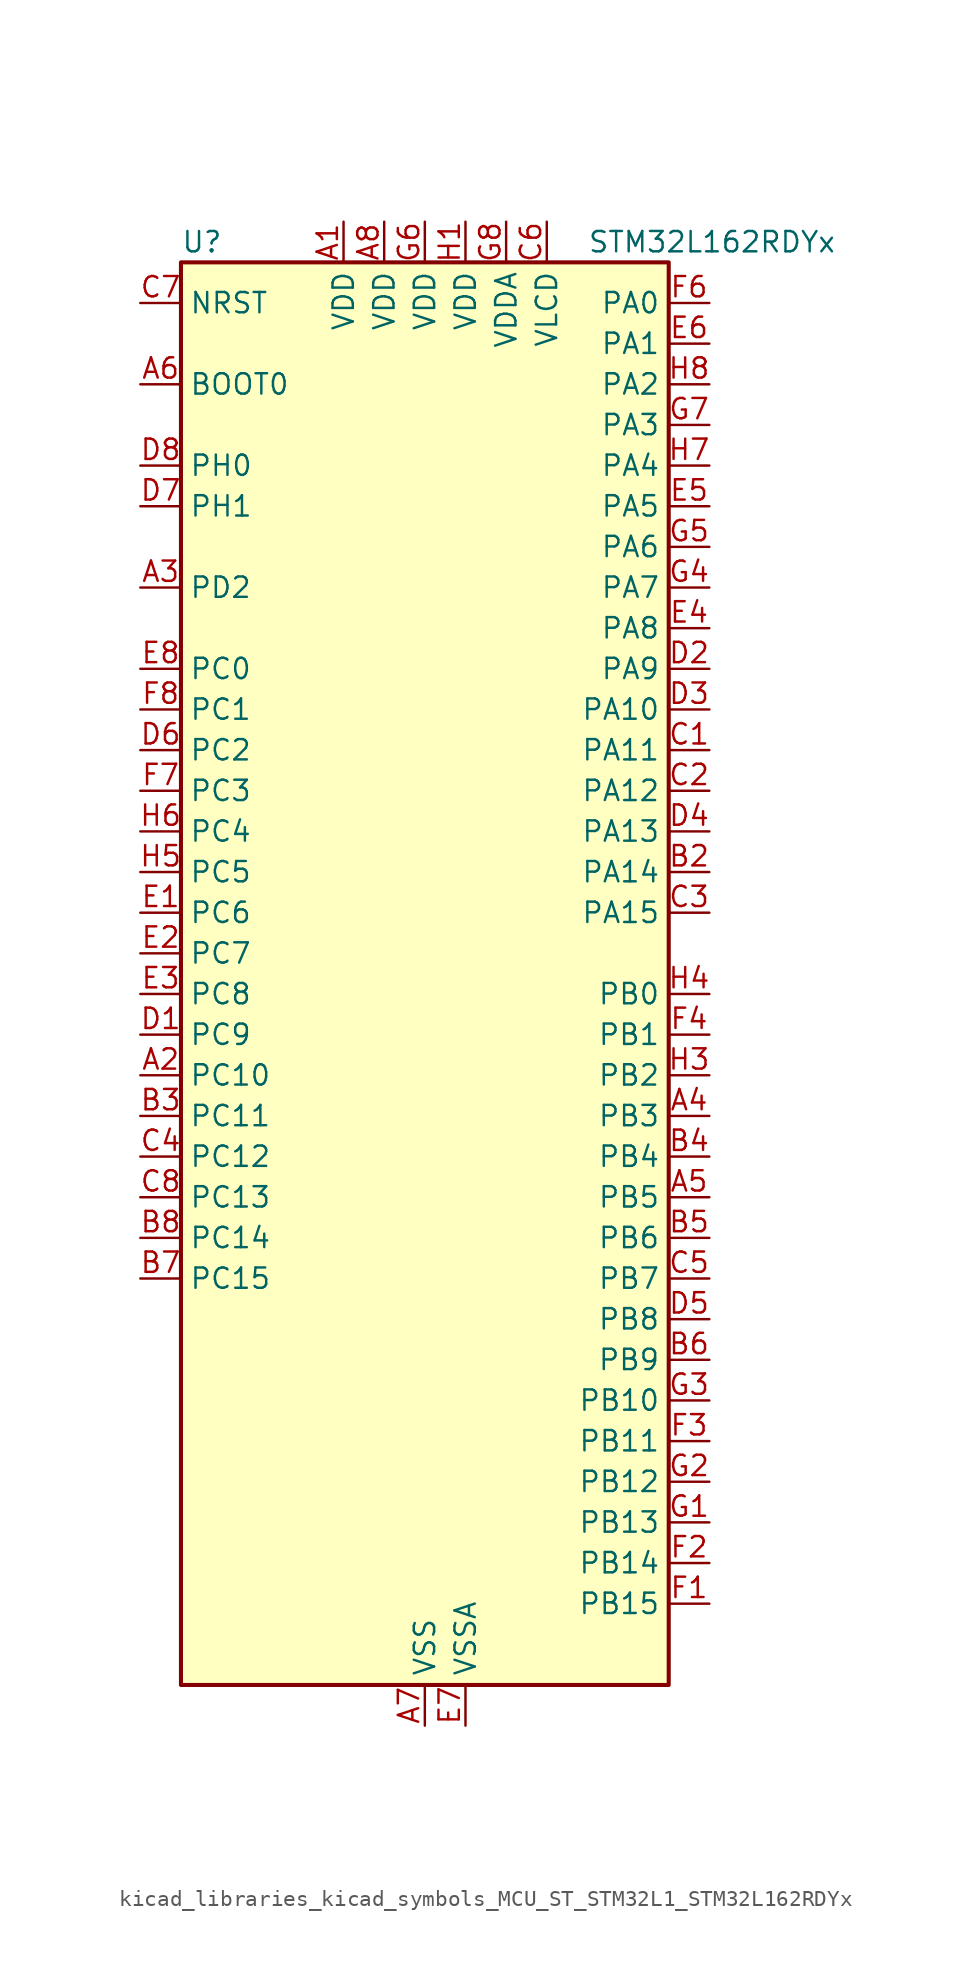
<source format=kicad_sym>
(kicad_symbol_lib
  (version 20220914)
  (generator kicad_symbol_editor)
  (symbol "kicad_libraries_kicad_symbols_MCU_ST_STM32L1_STM32L162RDYx"
    (property "Reference" "U"
      (at -15.24 46.99 0)
      (effects (font (size 1.27 1.27)) (justify left)))
    (property "Value" "STM32L162RDYx"
      (at 10.16 46.99 0)
      (effects (font (size 1.27 1.27)) (justify left)))
    (property "ki_locked" ""
      (at 0 0 0)
      (effects (font (size 1.27 1.27))))
    (symbol "kicad_libraries_kicad_symbols_MCU_ST_STM32L1_STM32L162RDYx_0_1"
      (rectangle (start -15.24 -43.18) (end 15.24 45.72) (stroke (width 0.254) (type default)) (fill (type background))))
    (symbol "kicad_libraries_kicad_symbols_MCU_ST_STM32L1_STM32L162RDYx_1_1"
      (pin power_in line (at -5.08 48.26 270) (length 2.54) (name "VDD" (effects (font (size 1.27 1.27)))) (number "A1" (effects (font (size 1.27 1.27)))))
      (pin bidirectional line (at -17.78 -5.08 0) (length 2.54) (name "PC10" (effects (font (size 1.27 1.27)))) (number "A2" (effects (font (size 1.27 1.27)))) (alternate "I2S3_CK" bidirectional line) (alternate "LCD_COM4" bidirectional line) (alternate "LCD_SEG28" bidirectional line) (alternate "LCD_SEG40" bidirectional line) (alternate "SDIO_D2" bidirectional line) (alternate "SPI3_SCK" bidirectional line) (alternate "TIMX_IC3" bidirectional line) (alternate "UART4_TX" bidirectional line) (alternate "USART3_TX" bidirectional line))
      (pin bidirectional line (at -17.78 25.4 0) (length 2.54) (name "PD2" (effects (font (size 1.27 1.27)))) (number "A3" (effects (font (size 1.27 1.27)))) (alternate "LCD_COM7" bidirectional line) (alternate "LCD_SEG31" bidirectional line) (alternate "LCD_SEG43" bidirectional line) (alternate "SDIO_CMD" bidirectional line) (alternate "TIM3_ETR" bidirectional line) (alternate "TIMX_IC3" bidirectional line) (alternate "UART5_RX" bidirectional line))
      (pin bidirectional line (at 17.78 -7.62 180) (length 2.54) (name "PB3" (effects (font (size 1.27 1.27)))) (number "A4" (effects (font (size 1.27 1.27)))) (alternate "COMP2_INM" bidirectional line) (alternate "I2S3_CK" bidirectional line) (alternate "LCD_SEG7" bidirectional line) (alternate "SPI1_SCK" bidirectional line) (alternate "SPI3_SCK" bidirectional line) (alternate "SYS_JTDO-TRACESWO" bidirectional line) (alternate "TIM2_CH2" bidirectional line))
      (pin bidirectional line (at 17.78 -12.7 180) (length 2.54) (name "PB5" (effects (font (size 1.27 1.27)))) (number "A5" (effects (font (size 1.27 1.27)))) (alternate "COMP2_INP" bidirectional line) (alternate "I2C1_SMBA" bidirectional line) (alternate "I2S3_SD" bidirectional line) (alternate "LCD_SEG9" bidirectional line) (alternate "SPI1_MOSI" bidirectional line) (alternate "SPI3_MOSI" bidirectional line) (alternate "TIM3_CH2" bidirectional line) (alternate "TS_G6_IO2" bidirectional line))
      (pin input line (at -17.78 38.1 0) (length 2.54) (name "BOOT0" (effects (font (size 1.27 1.27)))) (number "A6" (effects (font (size 1.27 1.27)))))
      (pin power_in line (at 0 -45.72 90) (length 2.54) (name "VSS" (effects (font (size 1.27 1.27)))) (number "A7" (effects (font (size 1.27 1.27)))))
      (pin power_in line (at -2.54 48.26 270) (length 2.54) (name "VDD" (effects (font (size 1.27 1.27)))) (number "A8" (effects (font (size 1.27 1.27)))))
      (pin passive line (at 0 -45.72 90) (length 2.54) hide (name "VSS" (effects (font (size 1.27 1.27)))) (number "B1" (effects (font (size 1.27 1.27)))))
      (pin bidirectional line (at 17.78 7.62 180) (length 2.54) (name "PA14" (effects (font (size 1.27 1.27)))) (number "B2" (effects (font (size 1.27 1.27)))) (alternate "SYS_JTCK-SWCLK" bidirectional line) (alternate "TIMX_IC3" bidirectional line) (alternate "TS_G5_IO2" bidirectional line))
      (pin bidirectional line (at -17.78 -7.62 0) (length 2.54) (name "PC11" (effects (font (size 1.27 1.27)))) (number "B3" (effects (font (size 1.27 1.27)))) (alternate "ADC_EXTI11" bidirectional line) (alternate "LCD_COM5" bidirectional line) (alternate "LCD_SEG29" bidirectional line) (alternate "LCD_SEG41" bidirectional line) (alternate "SDIO_D3" bidirectional line) (alternate "SPI3_MISO" bidirectional line) (alternate "TIMX_IC4" bidirectional line) (alternate "UART4_RX" bidirectional line) (alternate "USART3_RX" bidirectional line))
      (pin bidirectional line (at 17.78 -10.16 180) (length 2.54) (name "PB4" (effects (font (size 1.27 1.27)))) (number "B4" (effects (font (size 1.27 1.27)))) (alternate "COMP2_INP" bidirectional line) (alternate "LCD_SEG8" bidirectional line) (alternate "SPI1_MISO" bidirectional line) (alternate "SPI3_MISO" bidirectional line) (alternate "SYS_JTRST" bidirectional line) (alternate "TIM3_CH1" bidirectional line) (alternate "TS_G6_IO1" bidirectional line))
      (pin bidirectional line (at 17.78 -15.24 180) (length 2.54) (name "PB6" (effects (font (size 1.27 1.27)))) (number "B5" (effects (font (size 1.27 1.27)))) (alternate "COMP2_INP" bidirectional line) (alternate "I2C1_SCL" bidirectional line) (alternate "TIM4_CH1" bidirectional line) (alternate "TS_G6_IO3" bidirectional line) (alternate "USART1_TX" bidirectional line))
      (pin bidirectional line (at 17.78 -22.86 180) (length 2.54) (name "PB9" (effects (font (size 1.27 1.27)))) (number "B6" (effects (font (size 1.27 1.27)))) (alternate "DAC_EXTI9" bidirectional line) (alternate "I2C1_SDA" bidirectional line) (alternate "LCD_COM3" bidirectional line) (alternate "SDIO_D5" bidirectional line) (alternate "TIM11_CH1" bidirectional line) (alternate "TIM4_CH4" bidirectional line))
      (pin bidirectional line (at -17.78 -17.78 0) (length 2.54) (name "PC15" (effects (font (size 1.27 1.27)))) (number "B7" (effects (font (size 1.27 1.27)))) (alternate "ADC_EXTI15" bidirectional line) (alternate "RCC_OSC32_OUT" bidirectional line) (alternate "TIMX_IC4" bidirectional line))
      (pin bidirectional line (at -17.78 -15.24 0) (length 2.54) (name "PC14" (effects (font (size 1.27 1.27)))) (number "B8" (effects (font (size 1.27 1.27)))) (alternate "RCC_OSC32_IN" bidirectional line) (alternate "TIMX_IC3" bidirectional line))
      (pin bidirectional line (at 17.78 15.24 180) (length 2.54) (name "PA11" (effects (font (size 1.27 1.27)))) (number "C1" (effects (font (size 1.27 1.27)))) (alternate "ADC_EXTI11" bidirectional line) (alternate "SPI1_MISO" bidirectional line) (alternate "TIMX_IC4" bidirectional line) (alternate "USART1_CTS" bidirectional line) (alternate "USB_DM" bidirectional line))
      (pin bidirectional line (at 17.78 12.7 180) (length 2.54) (name "PA12" (effects (font (size 1.27 1.27)))) (number "C2" (effects (font (size 1.27 1.27)))) (alternate "SPI1_MOSI" bidirectional line) (alternate "TIMX_IC1" bidirectional line) (alternate "USART1_RTS" bidirectional line) (alternate "USB_DP" bidirectional line))
      (pin bidirectional line (at 17.78 5.08 180) (length 2.54) (name "PA15" (effects (font (size 1.27 1.27)))) (number "C3" (effects (font (size 1.27 1.27)))) (alternate "ADC_EXTI15" bidirectional line) (alternate "I2S3_WS" bidirectional line) (alternate "LCD_SEG17" bidirectional line) (alternate "SPI1_NSS" bidirectional line) (alternate "SPI3_NSS" bidirectional line) (alternate "SYS_JTDI" bidirectional line) (alternate "TIM2_CH1" bidirectional line) (alternate "TIM2_ETR" bidirectional line) (alternate "TIMX_IC4" bidirectional line) (alternate "TS_G5_IO3" bidirectional line))
      (pin bidirectional line (at -17.78 -10.16 0) (length 2.54) (name "PC12" (effects (font (size 1.27 1.27)))) (number "C4" (effects (font (size 1.27 1.27)))) (alternate "I2S3_SD" bidirectional line) (alternate "LCD_COM6" bidirectional line) (alternate "LCD_SEG30" bidirectional line) (alternate "LCD_SEG42" bidirectional line) (alternate "SDIO_CK" bidirectional line) (alternate "SPI3_MOSI" bidirectional line) (alternate "TIMX_IC1" bidirectional line) (alternate "UART5_TX" bidirectional line) (alternate "USART3_CK" bidirectional line))
      (pin bidirectional line (at 17.78 -17.78 180) (length 2.54) (name "PB7" (effects (font (size 1.27 1.27)))) (number "C5" (effects (font (size 1.27 1.27)))) (alternate "COMP2_INP" bidirectional line) (alternate "I2C1_SDA" bidirectional line) (alternate "SYS_PVD_IN" bidirectional line) (alternate "TIM4_CH2" bidirectional line) (alternate "TS_G6_IO4" bidirectional line) (alternate "USART1_RX" bidirectional line))
      (pin power_in line (at 7.62 48.26 270) (length 2.54) (name "VLCD" (effects (font (size 1.27 1.27)))) (number "C6" (effects (font (size 1.27 1.27)))))
      (pin input line (at -17.78 43.18 0) (length 2.54) (name "NRST" (effects (font (size 1.27 1.27)))) (number "C7" (effects (font (size 1.27 1.27)))))
      (pin bidirectional line (at -17.78 -12.7 0) (length 2.54) (name "PC13" (effects (font (size 1.27 1.27)))) (number "C8" (effects (font (size 1.27 1.27)))) (alternate "RTC_OUT_ALARM" bidirectional line) (alternate "RTC_OUT_CALIB" bidirectional line) (alternate "RTC_TAMP1" bidirectional line) (alternate "RTC_TS" bidirectional line) (alternate "SYS_WKUP2" bidirectional line) (alternate "TIMX_IC2" bidirectional line))
      (pin bidirectional line (at -17.78 -2.54 0) (length 2.54) (name "PC9" (effects (font (size 1.27 1.27)))) (number "D1" (effects (font (size 1.27 1.27)))) (alternate "DAC_EXTI9" bidirectional line) (alternate "LCD_SEG27" bidirectional line) (alternate "SDIO_D1" bidirectional line) (alternate "TIM3_CH4" bidirectional line) (alternate "TIMX_IC2" bidirectional line) (alternate "TS_G10_IO4" bidirectional line))
      (pin bidirectional line (at 17.78 20.32 180) (length 2.54) (name "PA9" (effects (font (size 1.27 1.27)))) (number "D2" (effects (font (size 1.27 1.27)))) (alternate "DAC_EXTI9" bidirectional line) (alternate "LCD_COM1" bidirectional line) (alternate "TIMX_IC2" bidirectional line) (alternate "TS_G4_IO2" bidirectional line) (alternate "USART1_TX" bidirectional line))
      (pin bidirectional line (at 17.78 17.78 180) (length 2.54) (name "PA10" (effects (font (size 1.27 1.27)))) (number "D3" (effects (font (size 1.27 1.27)))) (alternate "LCD_COM2" bidirectional line) (alternate "TIMX_IC3" bidirectional line) (alternate "TS_G4_IO3" bidirectional line) (alternate "USART1_RX" bidirectional line))
      (pin bidirectional line (at 17.78 10.16 180) (length 2.54) (name "PA13" (effects (font (size 1.27 1.27)))) (number "D4" (effects (font (size 1.27 1.27)))) (alternate "SYS_JTMS-SWDIO" bidirectional line) (alternate "TIMX_IC2" bidirectional line) (alternate "TS_G5_IO1" bidirectional line))
      (pin bidirectional line (at 17.78 -20.32 180) (length 2.54) (name "PB8" (effects (font (size 1.27 1.27)))) (number "D5" (effects (font (size 1.27 1.27)))) (alternate "I2C1_SCL" bidirectional line) (alternate "LCD_SEG16" bidirectional line) (alternate "SDIO_D4" bidirectional line) (alternate "TIM10_CH1" bidirectional line) (alternate "TIM4_CH3" bidirectional line))
      (pin bidirectional line (at -17.78 15.24 0) (length 2.54) (name "PC2" (effects (font (size 1.27 1.27)))) (number "D6" (effects (font (size 1.27 1.27)))) (alternate "ADC_IN12" bidirectional line) (alternate "COMP1_INP" bidirectional line) (alternate "LCD_SEG20" bidirectional line) (alternate "OPAMP3_VINM" bidirectional line) (alternate "TIMX_IC3" bidirectional line) (alternate "TS_G8_IO3" bidirectional line))
      (pin bidirectional line (at -17.78 30.48 0) (length 2.54) (name "PH1" (effects (font (size 1.27 1.27)))) (number "D7" (effects (font (size 1.27 1.27)))) (alternate "RCC_OSC_OUT" bidirectional line))
      (pin bidirectional line (at -17.78 33.02 0) (length 2.54) (name "PH0" (effects (font (size 1.27 1.27)))) (number "D8" (effects (font (size 1.27 1.27)))) (alternate "RCC_OSC_IN" bidirectional line))
      (pin bidirectional line (at -17.78 5.08 0) (length 2.54) (name "PC6" (effects (font (size 1.27 1.27)))) (number "E1" (effects (font (size 1.27 1.27)))) (alternate "I2S2_MCK" bidirectional line) (alternate "LCD_SEG24" bidirectional line) (alternate "SDIO_D6" bidirectional line) (alternate "TIM3_CH1" bidirectional line) (alternate "TIMX_IC3" bidirectional line) (alternate "TS_G10_IO1" bidirectional line))
      (pin bidirectional line (at -17.78 2.54 0) (length 2.54) (name "PC7" (effects (font (size 1.27 1.27)))) (number "E2" (effects (font (size 1.27 1.27)))) (alternate "I2S3_MCK" bidirectional line) (alternate "LCD_SEG25" bidirectional line) (alternate "SDIO_D7" bidirectional line) (alternate "TIM3_CH2" bidirectional line) (alternate "TIMX_IC4" bidirectional line) (alternate "TS_G10_IO2" bidirectional line))
      (pin bidirectional line (at -17.78 0 0) (length 2.54) (name "PC8" (effects (font (size 1.27 1.27)))) (number "E3" (effects (font (size 1.27 1.27)))) (alternate "LCD_SEG26" bidirectional line) (alternate "SDIO_D0" bidirectional line) (alternate "TIM3_CH3" bidirectional line) (alternate "TIMX_IC1" bidirectional line) (alternate "TS_G10_IO3" bidirectional line))
      (pin bidirectional line (at 17.78 22.86 180) (length 2.54) (name "PA8" (effects (font (size 1.27 1.27)))) (number "E4" (effects (font (size 1.27 1.27)))) (alternate "LCD_COM0" bidirectional line) (alternate "RCC_MCO" bidirectional line) (alternate "TIMX_IC1" bidirectional line) (alternate "TS_G4_IO1" bidirectional line) (alternate "USART1_CK" bidirectional line))
      (pin bidirectional line (at 17.78 30.48 180) (length 2.54) (name "PA5" (effects (font (size 1.27 1.27)))) (number "E5" (effects (font (size 1.27 1.27)))) (alternate "ADC_IN5" bidirectional line) (alternate "COMP1_INP" bidirectional line) (alternate "DAC_OUT2" bidirectional line) (alternate "SPI1_SCK" bidirectional line) (alternate "TIM2_CH1" bidirectional line) (alternate "TIM2_ETR" bidirectional line) (alternate "TIMX_IC2" bidirectional line))
      (pin bidirectional line (at 17.78 40.64 180) (length 2.54) (name "PA1" (effects (font (size 1.27 1.27)))) (number "E6" (effects (font (size 1.27 1.27)))) (alternate "ADC_IN1" bidirectional line) (alternate "COMP1_INP" bidirectional line) (alternate "LCD_SEG0" bidirectional line) (alternate "OPAMP1_VINP" bidirectional line) (alternate "TIM2_CH2" bidirectional line) (alternate "TIM5_CH2" bidirectional line) (alternate "TIMX_IC2" bidirectional line) (alternate "TS_G1_IO2" bidirectional line) (alternate "USART2_RTS" bidirectional line))
      (pin power_in line (at 2.54 -45.72 90) (length 2.54) (name "VSSA" (effects (font (size 1.27 1.27)))) (number "E7" (effects (font (size 1.27 1.27)))))
      (pin bidirectional line (at -17.78 20.32 0) (length 2.54) (name "PC0" (effects (font (size 1.27 1.27)))) (number "E8" (effects (font (size 1.27 1.27)))) (alternate "ADC_IN10" bidirectional line) (alternate "COMP1_INP" bidirectional line) (alternate "LCD_SEG18" bidirectional line) (alternate "TIMX_IC1" bidirectional line) (alternate "TS_G8_IO1" bidirectional line))
      (pin bidirectional line (at 17.78 -38.1 180) (length 2.54) (name "PB15" (effects (font (size 1.27 1.27)))) (number "F1" (effects (font (size 1.27 1.27)))) (alternate "ADC_EXTI15" bidirectional line) (alternate "ADC_IN21" bidirectional line) (alternate "COMP1_INP" bidirectional line) (alternate "I2S2_SD" bidirectional line) (alternate "LCD_SEG15" bidirectional line) (alternate "RTC_REFIN" bidirectional line) (alternate "SPI2_MOSI" bidirectional line) (alternate "TIM11_CH1" bidirectional line) (alternate "TS_G7_IO4" bidirectional line))
      (pin bidirectional line (at 17.78 -35.56 180) (length 2.54) (name "PB14" (effects (font (size 1.27 1.27)))) (number "F2" (effects (font (size 1.27 1.27)))) (alternate "ADC_IN20" bidirectional line) (alternate "COMP1_INP" bidirectional line) (alternate "LCD_SEG14" bidirectional line) (alternate "SPI2_MISO" bidirectional line) (alternate "TIM9_CH2" bidirectional line) (alternate "TS_G7_IO3" bidirectional line) (alternate "USART3_RTS" bidirectional line))
      (pin bidirectional line (at 17.78 -27.94 180) (length 2.54) (name "PB11" (effects (font (size 1.27 1.27)))) (number "F3" (effects (font (size 1.27 1.27)))) (alternate "ADC_EXTI11" bidirectional line) (alternate "I2C2_SDA" bidirectional line) (alternate "LCD_SEG11" bidirectional line) (alternate "TIM2_CH4" bidirectional line) (alternate "USART3_RX" bidirectional line))
      (pin bidirectional line (at 17.78 -2.54 180) (length 2.54) (name "PB1" (effects (font (size 1.27 1.27)))) (number "F4" (effects (font (size 1.27 1.27)))) (alternate "ADC_IN9" bidirectional line) (alternate "COMP1_INP" bidirectional line) (alternate "LCD_SEG6" bidirectional line) (alternate "SYS_V_REF_OUT" bidirectional line) (alternate "TIM3_CH4" bidirectional line) (alternate "TS_G3_IO2" bidirectional line))
      (pin passive line (at 0 -45.72 90) (length 2.54) hide (name "VSS" (effects (font (size 1.27 1.27)))) (number "F5" (effects (font (size 1.27 1.27)))))
      (pin bidirectional line (at 17.78 43.18 180) (length 2.54) (name "PA0" (effects (font (size 1.27 1.27)))) (number "F6" (effects (font (size 1.27 1.27)))) (alternate "ADC_IN0" bidirectional line) (alternate "COMP1_INP" bidirectional line) (alternate "RTC_TAMP2" bidirectional line) (alternate "SYS_WKUP1" bidirectional line) (alternate "TIM2_CH1" bidirectional line) (alternate "TIM2_ETR" bidirectional line) (alternate "TIM5_CH1" bidirectional line) (alternate "TIMX_IC1" bidirectional line) (alternate "TS_G1_IO1" bidirectional line) (alternate "USART2_CTS" bidirectional line))
      (pin bidirectional line (at -17.78 12.7 0) (length 2.54) (name "PC3" (effects (font (size 1.27 1.27)))) (number "F7" (effects (font (size 1.27 1.27)))) (alternate "ADC_IN13" bidirectional line) (alternate "COMP1_INP" bidirectional line) (alternate "LCD_SEG21" bidirectional line) (alternate "OPAMP3_VOUT" bidirectional line) (alternate "TIMX_IC4" bidirectional line) (alternate "TS_G8_IO4" bidirectional line))
      (pin bidirectional line (at -17.78 17.78 0) (length 2.54) (name "PC1" (effects (font (size 1.27 1.27)))) (number "F8" (effects (font (size 1.27 1.27)))) (alternate "ADC_IN11" bidirectional line) (alternate "COMP1_INP" bidirectional line) (alternate "LCD_SEG19" bidirectional line) (alternate "OPAMP3_VINP" bidirectional line) (alternate "TIMX_IC2" bidirectional line) (alternate "TS_G8_IO2" bidirectional line))
      (pin bidirectional line (at 17.78 -33.02 180) (length 2.54) (name "PB13" (effects (font (size 1.27 1.27)))) (number "G1" (effects (font (size 1.27 1.27)))) (alternate "ADC_IN19" bidirectional line) (alternate "COMP1_INP" bidirectional line) (alternate "I2S2_CK" bidirectional line) (alternate "LCD_SEG13" bidirectional line) (alternate "SPI2_SCK" bidirectional line) (alternate "TIM9_CH1" bidirectional line) (alternate "TS_G7_IO2" bidirectional line) (alternate "USART3_CTS" bidirectional line))
      (pin bidirectional line (at 17.78 -30.48 180) (length 2.54) (name "PB12" (effects (font (size 1.27 1.27)))) (number "G2" (effects (font (size 1.27 1.27)))) (alternate "ADC_IN18" bidirectional line) (alternate "COMP1_INP" bidirectional line) (alternate "I2C2_SMBA" bidirectional line) (alternate "I2S2_WS" bidirectional line) (alternate "LCD_SEG12" bidirectional line) (alternate "SPI2_NSS" bidirectional line) (alternate "TIM10_CH1" bidirectional line) (alternate "TS_G7_IO1" bidirectional line) (alternate "USART3_CK" bidirectional line))
      (pin bidirectional line (at 17.78 -25.4 180) (length 2.54) (name "PB10" (effects (font (size 1.27 1.27)))) (number "G3" (effects (font (size 1.27 1.27)))) (alternate "I2C2_SCL" bidirectional line) (alternate "LCD_SEG10" bidirectional line) (alternate "TIM2_CH3" bidirectional line) (alternate "USART3_TX" bidirectional line))
      (pin bidirectional line (at 17.78 25.4 180) (length 2.54) (name "PA7" (effects (font (size 1.27 1.27)))) (number "G4" (effects (font (size 1.27 1.27)))) (alternate "ADC_IN7" bidirectional line) (alternate "COMP1_INP" bidirectional line) (alternate "LCD_SEG4" bidirectional line) (alternate "OPAMP2_VINM" bidirectional line) (alternate "SPI1_MOSI" bidirectional line) (alternate "TIM11_CH1" bidirectional line) (alternate "TIM3_CH2" bidirectional line) (alternate "TIMX_IC4" bidirectional line) (alternate "TS_G2_IO2" bidirectional line))
      (pin bidirectional line (at 17.78 27.94 180) (length 2.54) (name "PA6" (effects (font (size 1.27 1.27)))) (number "G5" (effects (font (size 1.27 1.27)))) (alternate "ADC_IN6" bidirectional line) (alternate "COMP1_INP" bidirectional line) (alternate "LCD_SEG3" bidirectional line) (alternate "OPAMP2_VINP" bidirectional line) (alternate "SPI1_MISO" bidirectional line) (alternate "TIM10_CH1" bidirectional line) (alternate "TIM3_CH1" bidirectional line) (alternate "TIMX_IC3" bidirectional line) (alternate "TS_G2_IO1" bidirectional line))
      (pin power_in line (at 0 48.26 270) (length 2.54) (name "VDD" (effects (font (size 1.27 1.27)))) (number "G6" (effects (font (size 1.27 1.27)))))
      (pin bidirectional line (at 17.78 35.56 180) (length 2.54) (name "PA3" (effects (font (size 1.27 1.27)))) (number "G7" (effects (font (size 1.27 1.27)))) (alternate "ADC_IN3" bidirectional line) (alternate "COMP1_INP" bidirectional line) (alternate "LCD_SEG2" bidirectional line) (alternate "OPAMP1_VOUT" bidirectional line) (alternate "TIM2_CH4" bidirectional line) (alternate "TIM5_CH4" bidirectional line) (alternate "TIM9_CH2" bidirectional line) (alternate "TIMX_IC4" bidirectional line) (alternate "TS_G1_IO4" bidirectional line) (alternate "USART2_RX" bidirectional line))
      (pin power_in line (at 5.08 48.26 270) (length 2.54) (name "VDDA" (effects (font (size 1.27 1.27)))) (number "G8" (effects (font (size 1.27 1.27)))))
      (pin power_in line (at 2.54 48.26 270) (length 2.54) (name "VDD" (effects (font (size 1.27 1.27)))) (number "H1" (effects (font (size 1.27 1.27)))))
      (pin passive line (at 0 -45.72 90) (length 2.54) hide (name "VSS" (effects (font (size 1.27 1.27)))) (number "H2" (effects (font (size 1.27 1.27)))))
      (pin bidirectional line (at 17.78 -5.08 180) (length 2.54) (name "PB2" (effects (font (size 1.27 1.27)))) (number "H3" (effects (font (size 1.27 1.27)))) (alternate "TS_G3_IO3" bidirectional line))
      (pin bidirectional line (at 17.78 0 180) (length 2.54) (name "PB0" (effects (font (size 1.27 1.27)))) (number "H4" (effects (font (size 1.27 1.27)))) (alternate "ADC_IN8" bidirectional line) (alternate "COMP1_INP" bidirectional line) (alternate "LCD_SEG5" bidirectional line) (alternate "OPAMP2_VOUT" bidirectional line) (alternate "SYS_V_REF_OUT" bidirectional line) (alternate "TIM3_CH3" bidirectional line) (alternate "TS_G3_IO1" bidirectional line))
      (pin bidirectional line (at -17.78 7.62 0) (length 2.54) (name "PC5" (effects (font (size 1.27 1.27)))) (number "H5" (effects (font (size 1.27 1.27)))) (alternate "ADC_IN15" bidirectional line) (alternate "COMP1_INP" bidirectional line) (alternate "LCD_SEG23" bidirectional line) (alternate "TIMX_IC2" bidirectional line) (alternate "TS_G9_IO2" bidirectional line))
      (pin bidirectional line (at -17.78 10.16 0) (length 2.54) (name "PC4" (effects (font (size 1.27 1.27)))) (number "H6" (effects (font (size 1.27 1.27)))) (alternate "ADC_IN14" bidirectional line) (alternate "COMP1_INP" bidirectional line) (alternate "LCD_SEG22" bidirectional line) (alternate "TIMX_IC1" bidirectional line) (alternate "TS_G9_IO1" bidirectional line))
      (pin bidirectional line (at 17.78 33.02 180) (length 2.54) (name "PA4" (effects (font (size 1.27 1.27)))) (number "H7" (effects (font (size 1.27 1.27)))) (alternate "ADC_IN4" bidirectional line) (alternate "COMP1_INP" bidirectional line) (alternate "DAC_OUT1" bidirectional line) (alternate "I2S3_WS" bidirectional line) (alternate "SPI1_NSS" bidirectional line) (alternate "SPI3_NSS" bidirectional line) (alternate "TIMX_IC1" bidirectional line) (alternate "USART2_CK" bidirectional line))
      (pin bidirectional line (at 17.78 38.1 180) (length 2.54) (name "PA2" (effects (font (size 1.27 1.27)))) (number "H8" (effects (font (size 1.27 1.27)))) (alternate "ADC_IN2" bidirectional line) (alternate "COMP1_INP" bidirectional line) (alternate "LCD_SEG1" bidirectional line) (alternate "OPAMP1_VINM" bidirectional line) (alternate "TIM2_CH3" bidirectional line) (alternate "TIM5_CH3" bidirectional line) (alternate "TIM9_CH1" bidirectional line) (alternate "TIMX_IC3" bidirectional line) (alternate "TS_G1_IO3" bidirectional line) (alternate "USART2_TX" bidirectional line)))))
</source>
